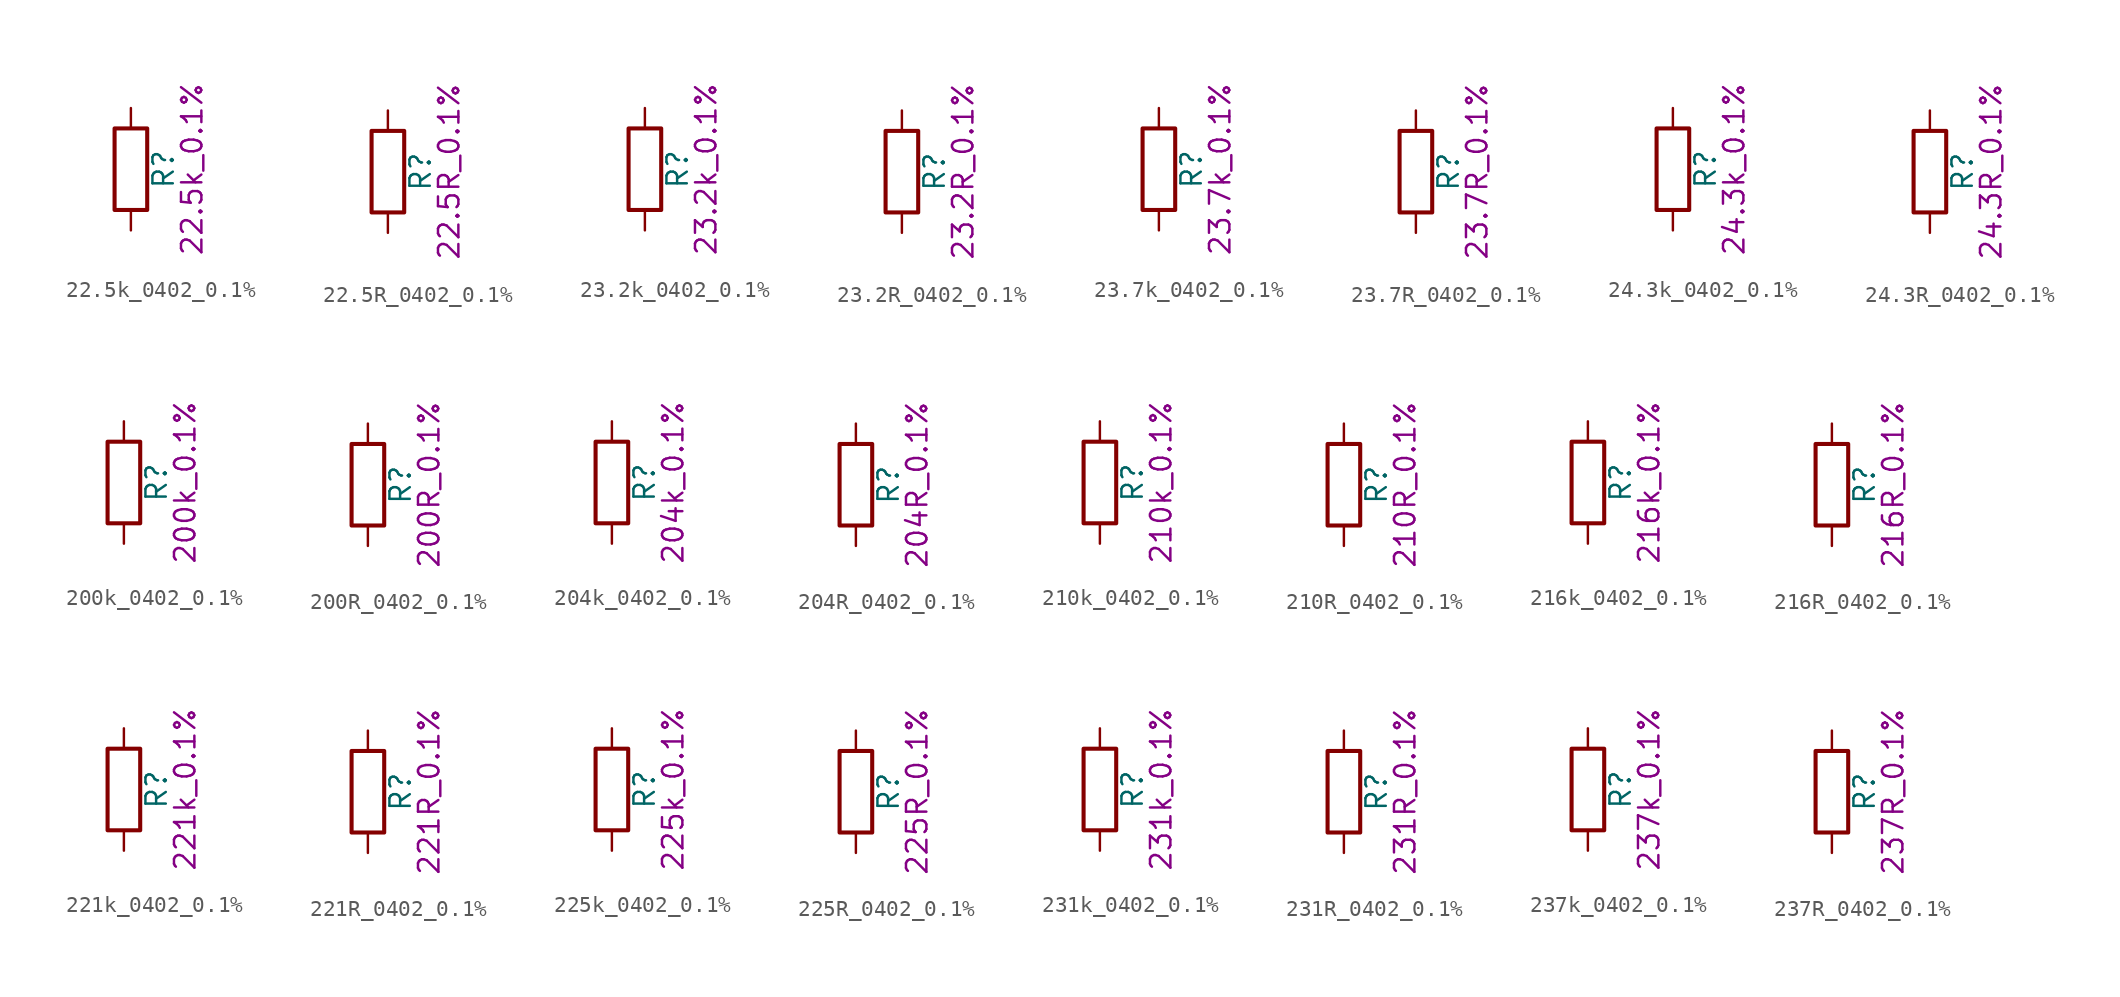
<source format=kicad_sym>
(kicad_symbol_lib
  (version 20211014)
  (generator kicad_symbol_editor)
  (symbol "22.5k_0402_0.1%"
    (pin_numbers hide)
    (pin_names
      (offset 0))
    (property "Reference" "R"
      (at 2.032 0 90)
      (effects (font (size 1.27 1.27))))
    (property "Display" "22.5k_0.1%"
      (at 3.81 0 90)
      (effects (font (size 1.27 1.27))))
    (symbol "22.5k_0402_0.1%_0_1"
      (rectangle (start -1.016 -2.54) (end 1.016 2.54) (stroke (width 0.254) (type default) (color 0 0 0 0)) (fill (type none))))
    (symbol "22.5k_0402_0.1%_1_1"
      (pin passive line (at 0 3.81 270) (length 1.27) (name "~" (effects (font (size 1.27 1.27)))) (number "1" (effects (font (size 1.27 1.27)))))
      (pin passive line (at 0 -3.81 90) (length 1.27) (name "~" (effects (font (size 1.27 1.27)))) (number "2" (effects (font (size 1.27 1.27)))))))
  (symbol "22.5R_0402_0.1%"
    (pin_numbers hide)
    (pin_names
      (offset 0))
    (property "Reference" "R"
      (at 2.032 0 90)
      (effects (font (size 1.27 1.27))))
    (property "Display" "22.5R_0.1%"
      (at 3.81 0 90)
      (effects (font (size 1.27 1.27))))
    (symbol "22.5R_0402_0.1%_0_1"
      (rectangle (start -1.016 -2.54) (end 1.016 2.54) (stroke (width 0.254) (type default) (color 0 0 0 0)) (fill (type none))))
    (symbol "22.5R_0402_0.1%_1_1"
      (pin passive line (at 0 3.81 270) (length 1.27) (name "~" (effects (font (size 1.27 1.27)))) (number "1" (effects (font (size 1.27 1.27)))))
      (pin passive line (at 0 -3.81 90) (length 1.27) (name "~" (effects (font (size 1.27 1.27)))) (number "2" (effects (font (size 1.27 1.27)))))))
  (symbol "23.2k_0402_0.1%"
    (pin_numbers hide)
    (pin_names
      (offset 0))
    (property "Reference" "R"
      (at 2.032 0 90)
      (effects (font (size 1.27 1.27))))
    (property "Display" "23.2k_0.1%"
      (at 3.81 0 90)
      (effects (font (size 1.27 1.27))))
    (symbol "23.2k_0402_0.1%_0_1"
      (rectangle (start -1.016 -2.54) (end 1.016 2.54) (stroke (width 0.254) (type default) (color 0 0 0 0)) (fill (type none))))
    (symbol "23.2k_0402_0.1%_1_1"
      (pin passive line (at 0 3.81 270) (length 1.27) (name "~" (effects (font (size 1.27 1.27)))) (number "1" (effects (font (size 1.27 1.27)))))
      (pin passive line (at 0 -3.81 90) (length 1.27) (name "~" (effects (font (size 1.27 1.27)))) (number "2" (effects (font (size 1.27 1.27)))))))
  (symbol "23.2R_0402_0.1%"
    (pin_numbers hide)
    (pin_names
      (offset 0))
    (property "Reference" "R"
      (at 2.032 0 90)
      (effects (font (size 1.27 1.27))))
    (property "Display" "23.2R_0.1%"
      (at 3.81 0 90)
      (effects (font (size 1.27 1.27))))
    (symbol "23.2R_0402_0.1%_0_1"
      (rectangle (start -1.016 -2.54) (end 1.016 2.54) (stroke (width 0.254) (type default) (color 0 0 0 0)) (fill (type none))))
    (symbol "23.2R_0402_0.1%_1_1"
      (pin passive line (at 0 3.81 270) (length 1.27) (name "~" (effects (font (size 1.27 1.27)))) (number "1" (effects (font (size 1.27 1.27)))))
      (pin passive line (at 0 -3.81 90) (length 1.27) (name "~" (effects (font (size 1.27 1.27)))) (number "2" (effects (font (size 1.27 1.27)))))))
  (symbol "23.7k_0402_0.1%"
    (pin_numbers hide)
    (pin_names
      (offset 0))
    (property "Reference" "R"
      (at 2.032 0 90)
      (effects (font (size 1.27 1.27))))
    (property "Display" "23.7k_0.1%"
      (at 3.81 0 90)
      (effects (font (size 1.27 1.27))))
    (symbol "23.7k_0402_0.1%_0_1"
      (rectangle (start -1.016 -2.54) (end 1.016 2.54) (stroke (width 0.254) (type default) (color 0 0 0 0)) (fill (type none))))
    (symbol "23.7k_0402_0.1%_1_1"
      (pin passive line (at 0 3.81 270) (length 1.27) (name "~" (effects (font (size 1.27 1.27)))) (number "1" (effects (font (size 1.27 1.27)))))
      (pin passive line (at 0 -3.81 90) (length 1.27) (name "~" (effects (font (size 1.27 1.27)))) (number "2" (effects (font (size 1.27 1.27)))))))
  (symbol "23.7R_0402_0.1%"
    (pin_numbers hide)
    (pin_names
      (offset 0))
    (property "Reference" "R"
      (at 2.032 0 90)
      (effects (font (size 1.27 1.27))))
    (property "Display" "23.7R_0.1%"
      (at 3.81 0 90)
      (effects (font (size 1.27 1.27))))
    (symbol "23.7R_0402_0.1%_0_1"
      (rectangle (start -1.016 -2.54) (end 1.016 2.54) (stroke (width 0.254) (type default) (color 0 0 0 0)) (fill (type none))))
    (symbol "23.7R_0402_0.1%_1_1"
      (pin passive line (at 0 3.81 270) (length 1.27) (name "~" (effects (font (size 1.27 1.27)))) (number "1" (effects (font (size 1.27 1.27)))))
      (pin passive line (at 0 -3.81 90) (length 1.27) (name "~" (effects (font (size 1.27 1.27)))) (number "2" (effects (font (size 1.27 1.27)))))))
  (symbol "24.3k_0402_0.1%"
    (pin_numbers hide)
    (pin_names
      (offset 0))
    (property "Reference" "R"
      (at 2.032 0 90)
      (effects (font (size 1.27 1.27))))
    (property "Display" "24.3k_0.1%"
      (at 3.81 0 90)
      (effects (font (size 1.27 1.27))))
    (symbol "24.3k_0402_0.1%_0_1"
      (rectangle (start -1.016 -2.54) (end 1.016 2.54) (stroke (width 0.254) (type default) (color 0 0 0 0)) (fill (type none))))
    (symbol "24.3k_0402_0.1%_1_1"
      (pin passive line (at 0 3.81 270) (length 1.27) (name "~" (effects (font (size 1.27 1.27)))) (number "1" (effects (font (size 1.27 1.27)))))
      (pin passive line (at 0 -3.81 90) (length 1.27) (name "~" (effects (font (size 1.27 1.27)))) (number "2" (effects (font (size 1.27 1.27)))))))
  (symbol "24.3R_0402_0.1%"
    (pin_numbers hide)
    (pin_names
      (offset 0))
    (property "Reference" "R"
      (at 2.032 0 90)
      (effects (font (size 1.27 1.27))))
    (property "Display" "24.3R_0.1%"
      (at 3.81 0 90)
      (effects (font (size 1.27 1.27))))
    (symbol "24.3R_0402_0.1%_0_1"
      (rectangle (start -1.016 -2.54) (end 1.016 2.54) (stroke (width 0.254) (type default) (color 0 0 0 0)) (fill (type none))))
    (symbol "24.3R_0402_0.1%_1_1"
      (pin passive line (at 0 3.81 270) (length 1.27) (name "~" (effects (font (size 1.27 1.27)))) (number "1" (effects (font (size 1.27 1.27)))))
      (pin passive line (at 0 -3.81 90) (length 1.27) (name "~" (effects (font (size 1.27 1.27)))) (number "2" (effects (font (size 1.27 1.27)))))))
  (symbol "200k_0402_0.1%"
    (pin_numbers hide)
    (pin_names
      (offset 0))
    (property "Reference" "R"
      (at 2.032 0 90)
      (effects (font (size 1.27 1.27))))
    (property "Display" "200k_0.1%"
      (at 3.81 0 90)
      (effects (font (size 1.27 1.27))))
    (symbol "200k_0402_0.1%_0_1"
      (rectangle (start -1.016 -2.54) (end 1.016 2.54) (stroke (width 0.254) (type default) (color 0 0 0 0)) (fill (type none))))
    (symbol "200k_0402_0.1%_1_1"
      (pin passive line (at 0 3.81 270) (length 1.27) (name "~" (effects (font (size 1.27 1.27)))) (number "1" (effects (font (size 1.27 1.27)))))
      (pin passive line (at 0 -3.81 90) (length 1.27) (name "~" (effects (font (size 1.27 1.27)))) (number "2" (effects (font (size 1.27 1.27)))))))
  (symbol "200R_0402_0.1%"
    (pin_numbers hide)
    (pin_names
      (offset 0))
    (property "Reference" "R"
      (at 2.032 0 90)
      (effects (font (size 1.27 1.27))))
    (property "Display" "200R_0.1%"
      (at 3.81 0 90)
      (effects (font (size 1.27 1.27))))
    (symbol "200R_0402_0.1%_0_1"
      (rectangle (start -1.016 -2.54) (end 1.016 2.54) (stroke (width 0.254) (type default) (color 0 0 0 0)) (fill (type none))))
    (symbol "200R_0402_0.1%_1_1"
      (pin passive line (at 0 3.81 270) (length 1.27) (name "~" (effects (font (size 1.27 1.27)))) (number "1" (effects (font (size 1.27 1.27)))))
      (pin passive line (at 0 -3.81 90) (length 1.27) (name "~" (effects (font (size 1.27 1.27)))) (number "2" (effects (font (size 1.27 1.27)))))))
  (symbol "204k_0402_0.1%"
    (pin_numbers hide)
    (pin_names
      (offset 0))
    (property "Reference" "R"
      (at 2.032 0 90)
      (effects (font (size 1.27 1.27))))
    (property "Display" "204k_0.1%"
      (at 3.81 0 90)
      (effects (font (size 1.27 1.27))))
    (symbol "204k_0402_0.1%_0_1"
      (rectangle (start -1.016 -2.54) (end 1.016 2.54) (stroke (width 0.254) (type default) (color 0 0 0 0)) (fill (type none))))
    (symbol "204k_0402_0.1%_1_1"
      (pin passive line (at 0 3.81 270) (length 1.27) (name "~" (effects (font (size 1.27 1.27)))) (number "1" (effects (font (size 1.27 1.27)))))
      (pin passive line (at 0 -3.81 90) (length 1.27) (name "~" (effects (font (size 1.27 1.27)))) (number "2" (effects (font (size 1.27 1.27)))))))
  (symbol "204R_0402_0.1%"
    (pin_numbers hide)
    (pin_names
      (offset 0))
    (property "Reference" "R"
      (at 2.032 0 90)
      (effects (font (size 1.27 1.27))))
    (property "Display" "204R_0.1%"
      (at 3.81 0 90)
      (effects (font (size 1.27 1.27))))
    (symbol "204R_0402_0.1%_0_1"
      (rectangle (start -1.016 -2.54) (end 1.016 2.54) (stroke (width 0.254) (type default) (color 0 0 0 0)) (fill (type none))))
    (symbol "204R_0402_0.1%_1_1"
      (pin passive line (at 0 3.81 270) (length 1.27) (name "~" (effects (font (size 1.27 1.27)))) (number "1" (effects (font (size 1.27 1.27)))))
      (pin passive line (at 0 -3.81 90) (length 1.27) (name "~" (effects (font (size 1.27 1.27)))) (number "2" (effects (font (size 1.27 1.27)))))))
  (symbol "210k_0402_0.1%"
    (pin_numbers hide)
    (pin_names
      (offset 0))
    (property "Reference" "R"
      (at 2.032 0 90)
      (effects (font (size 1.27 1.27))))
    (property "Display" "210k_0.1%"
      (at 3.81 0 90)
      (effects (font (size 1.27 1.27))))
    (symbol "210k_0402_0.1%_0_1"
      (rectangle (start -1.016 -2.54) (end 1.016 2.54) (stroke (width 0.254) (type default) (color 0 0 0 0)) (fill (type none))))
    (symbol "210k_0402_0.1%_1_1"
      (pin passive line (at 0 3.81 270) (length 1.27) (name "~" (effects (font (size 1.27 1.27)))) (number "1" (effects (font (size 1.27 1.27)))))
      (pin passive line (at 0 -3.81 90) (length 1.27) (name "~" (effects (font (size 1.27 1.27)))) (number "2" (effects (font (size 1.27 1.27)))))))
  (symbol "210R_0402_0.1%"
    (pin_numbers hide)
    (pin_names
      (offset 0))
    (property "Reference" "R"
      (at 2.032 0 90)
      (effects (font (size 1.27 1.27))))
    (property "Display" "210R_0.1%"
      (at 3.81 0 90)
      (effects (font (size 1.27 1.27))))
    (symbol "210R_0402_0.1%_0_1"
      (rectangle (start -1.016 -2.54) (end 1.016 2.54) (stroke (width 0.254) (type default) (color 0 0 0 0)) (fill (type none))))
    (symbol "210R_0402_0.1%_1_1"
      (pin passive line (at 0 3.81 270) (length 1.27) (name "~" (effects (font (size 1.27 1.27)))) (number "1" (effects (font (size 1.27 1.27)))))
      (pin passive line (at 0 -3.81 90) (length 1.27) (name "~" (effects (font (size 1.27 1.27)))) (number "2" (effects (font (size 1.27 1.27)))))))
  (symbol "216k_0402_0.1%"
    (pin_numbers hide)
    (pin_names
      (offset 0))
    (property "Reference" "R"
      (at 2.032 0 90)
      (effects (font (size 1.27 1.27))))
    (property "Display" "216k_0.1%"
      (at 3.81 0 90)
      (effects (font (size 1.27 1.27))))
    (symbol "216k_0402_0.1%_0_1"
      (rectangle (start -1.016 -2.54) (end 1.016 2.54) (stroke (width 0.254) (type default) (color 0 0 0 0)) (fill (type none))))
    (symbol "216k_0402_0.1%_1_1"
      (pin passive line (at 0 3.81 270) (length 1.27) (name "~" (effects (font (size 1.27 1.27)))) (number "1" (effects (font (size 1.27 1.27)))))
      (pin passive line (at 0 -3.81 90) (length 1.27) (name "~" (effects (font (size 1.27 1.27)))) (number "2" (effects (font (size 1.27 1.27)))))))
  (symbol "216R_0402_0.1%"
    (pin_numbers hide)
    (pin_names
      (offset 0))
    (property "Reference" "R"
      (at 2.032 0 90)
      (effects (font (size 1.27 1.27))))
    (property "Display" "216R_0.1%"
      (at 3.81 0 90)
      (effects (font (size 1.27 1.27))))
    (symbol "216R_0402_0.1%_0_1"
      (rectangle (start -1.016 -2.54) (end 1.016 2.54) (stroke (width 0.254) (type default) (color 0 0 0 0)) (fill (type none))))
    (symbol "216R_0402_0.1%_1_1"
      (pin passive line (at 0 3.81 270) (length 1.27) (name "~" (effects (font (size 1.27 1.27)))) (number "1" (effects (font (size 1.27 1.27)))))
      (pin passive line (at 0 -3.81 90) (length 1.27) (name "~" (effects (font (size 1.27 1.27)))) (number "2" (effects (font (size 1.27 1.27)))))))
  (symbol "221k_0402_0.1%"
    (pin_numbers hide)
    (pin_names
      (offset 0))
    (property "Reference" "R"
      (at 2.032 0 90)
      (effects (font (size 1.27 1.27))))
    (property "Display" "221k_0.1%"
      (at 3.81 0 90)
      (effects (font (size 1.27 1.27))))
    (symbol "221k_0402_0.1%_0_1"
      (rectangle (start -1.016 -2.54) (end 1.016 2.54) (stroke (width 0.254) (type default) (color 0 0 0 0)) (fill (type none))))
    (symbol "221k_0402_0.1%_1_1"
      (pin passive line (at 0 3.81 270) (length 1.27) (name "~" (effects (font (size 1.27 1.27)))) (number "1" (effects (font (size 1.27 1.27)))))
      (pin passive line (at 0 -3.81 90) (length 1.27) (name "~" (effects (font (size 1.27 1.27)))) (number "2" (effects (font (size 1.27 1.27)))))))
  (symbol "221R_0402_0.1%"
    (pin_numbers hide)
    (pin_names
      (offset 0))
    (property "Reference" "R"
      (at 2.032 0 90)
      (effects (font (size 1.27 1.27))))
    (property "Display" "221R_0.1%"
      (at 3.81 0 90)
      (effects (font (size 1.27 1.27))))
    (symbol "221R_0402_0.1%_0_1"
      (rectangle (start -1.016 -2.54) (end 1.016 2.54) (stroke (width 0.254) (type default) (color 0 0 0 0)) (fill (type none))))
    (symbol "221R_0402_0.1%_1_1"
      (pin passive line (at 0 3.81 270) (length 1.27) (name "~" (effects (font (size 1.27 1.27)))) (number "1" (effects (font (size 1.27 1.27)))))
      (pin passive line (at 0 -3.81 90) (length 1.27) (name "~" (effects (font (size 1.27 1.27)))) (number "2" (effects (font (size 1.27 1.27)))))))
  (symbol "225k_0402_0.1%"
    (pin_numbers hide)
    (pin_names
      (offset 0))
    (property "Reference" "R"
      (at 2.032 0 90)
      (effects (font (size 1.27 1.27))))
    (property "Display" "225k_0.1%"
      (at 3.81 0 90)
      (effects (font (size 1.27 1.27))))
    (symbol "225k_0402_0.1%_0_1"
      (rectangle (start -1.016 -2.54) (end 1.016 2.54) (stroke (width 0.254) (type default) (color 0 0 0 0)) (fill (type none))))
    (symbol "225k_0402_0.1%_1_1"
      (pin passive line (at 0 3.81 270) (length 1.27) (name "~" (effects (font (size 1.27 1.27)))) (number "1" (effects (font (size 1.27 1.27)))))
      (pin passive line (at 0 -3.81 90) (length 1.27) (name "~" (effects (font (size 1.27 1.27)))) (number "2" (effects (font (size 1.27 1.27)))))))
  (symbol "225R_0402_0.1%"
    (pin_numbers hide)
    (pin_names
      (offset 0))
    (property "Reference" "R"
      (at 2.032 0 90)
      (effects (font (size 1.27 1.27))))
    (property "Display" "225R_0.1%"
      (at 3.81 0 90)
      (effects (font (size 1.27 1.27))))
    (symbol "225R_0402_0.1%_0_1"
      (rectangle (start -1.016 -2.54) (end 1.016 2.54) (stroke (width 0.254) (type default) (color 0 0 0 0)) (fill (type none))))
    (symbol "225R_0402_0.1%_1_1"
      (pin passive line (at 0 3.81 270) (length 1.27) (name "~" (effects (font (size 1.27 1.27)))) (number "1" (effects (font (size 1.27 1.27)))))
      (pin passive line (at 0 -3.81 90) (length 1.27) (name "~" (effects (font (size 1.27 1.27)))) (number "2" (effects (font (size 1.27 1.27)))))))
  (symbol "231k_0402_0.1%"
    (pin_numbers hide)
    (pin_names
      (offset 0))
    (property "Reference" "R"
      (at 2.032 0 90)
      (effects (font (size 1.27 1.27))))
    (property "Display" "231k_0.1%"
      (at 3.81 0 90)
      (effects (font (size 1.27 1.27))))
    (symbol "231k_0402_0.1%_0_1"
      (rectangle (start -1.016 -2.54) (end 1.016 2.54) (stroke (width 0.254) (type default) (color 0 0 0 0)) (fill (type none))))
    (symbol "231k_0402_0.1%_1_1"
      (pin passive line (at 0 3.81 270) (length 1.27) (name "~" (effects (font (size 1.27 1.27)))) (number "1" (effects (font (size 1.27 1.27)))))
      (pin passive line (at 0 -3.81 90) (length 1.27) (name "~" (effects (font (size 1.27 1.27)))) (number "2" (effects (font (size 1.27 1.27)))))))
  (symbol "231R_0402_0.1%"
    (pin_numbers hide)
    (pin_names
      (offset 0))
    (property "Reference" "R"
      (at 2.032 0 90)
      (effects (font (size 1.27 1.27))))
    (property "Display" "231R_0.1%"
      (at 3.81 0 90)
      (effects (font (size 1.27 1.27))))
    (symbol "231R_0402_0.1%_0_1"
      (rectangle (start -1.016 -2.54) (end 1.016 2.54) (stroke (width 0.254) (type default) (color 0 0 0 0)) (fill (type none))))
    (symbol "231R_0402_0.1%_1_1"
      (pin passive line (at 0 3.81 270) (length 1.27) (name "~" (effects (font (size 1.27 1.27)))) (number "1" (effects (font (size 1.27 1.27)))))
      (pin passive line (at 0 -3.81 90) (length 1.27) (name "~" (effects (font (size 1.27 1.27)))) (number "2" (effects (font (size 1.27 1.27)))))))
  (symbol "237k_0402_0.1%"
    (pin_numbers hide)
    (pin_names
      (offset 0))
    (property "Reference" "R"
      (at 2.032 0 90)
      (effects (font (size 1.27 1.27))))
    (property "Display" "237k_0.1%"
      (at 3.81 0 90)
      (effects (font (size 1.27 1.27))))
    (symbol "237k_0402_0.1%_0_1"
      (rectangle (start -1.016 -2.54) (end 1.016 2.54) (stroke (width 0.254) (type default) (color 0 0 0 0)) (fill (type none))))
    (symbol "237k_0402_0.1%_1_1"
      (pin passive line (at 0 3.81 270) (length 1.27) (name "~" (effects (font (size 1.27 1.27)))) (number "1" (effects (font (size 1.27 1.27)))))
      (pin passive line (at 0 -3.81 90) (length 1.27) (name "~" (effects (font (size 1.27 1.27)))) (number "2" (effects (font (size 1.27 1.27)))))))
  (symbol "237R_0402_0.1%"
    (pin_numbers hide)
    (pin_names
      (offset 0))
    (property "Reference" "R"
      (at 2.032 0 90)
      (effects (font (size 1.27 1.27))))
    (property "Display" "237R_0.1%"
      (at 3.81 0 90)
      (effects (font (size 1.27 1.27))))
    (symbol "237R_0402_0.1%_0_1"
      (rectangle (start -1.016 -2.54) (end 1.016 2.54) (stroke (width 0.254) (type default) (color 0 0 0 0)) (fill (type none))))
    (symbol "237R_0402_0.1%_1_1"
      (pin passive line (at 0 3.81 270) (length 1.27) (name "~" (effects (font (size 1.27 1.27)))) (number "1" (effects (font (size 1.27 1.27)))))
      (pin passive line (at 0 -3.81 90) (length 1.27) (name "~" (effects (font (size 1.27 1.27)))) (number "2" (effects (font (size 1.27 1.27))))))))
</source>
